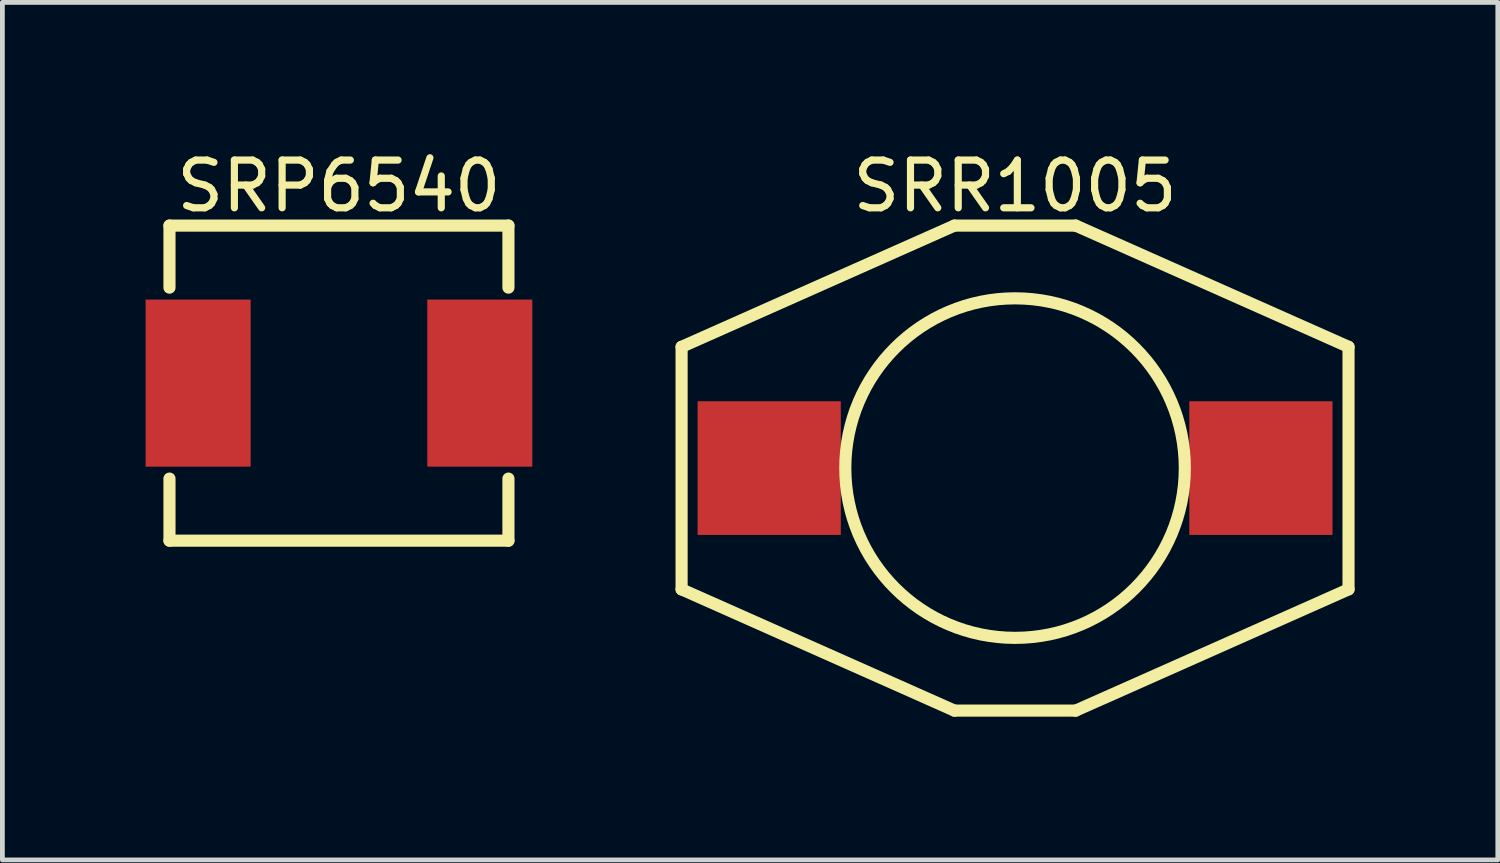
<source format=kicad_pcb>
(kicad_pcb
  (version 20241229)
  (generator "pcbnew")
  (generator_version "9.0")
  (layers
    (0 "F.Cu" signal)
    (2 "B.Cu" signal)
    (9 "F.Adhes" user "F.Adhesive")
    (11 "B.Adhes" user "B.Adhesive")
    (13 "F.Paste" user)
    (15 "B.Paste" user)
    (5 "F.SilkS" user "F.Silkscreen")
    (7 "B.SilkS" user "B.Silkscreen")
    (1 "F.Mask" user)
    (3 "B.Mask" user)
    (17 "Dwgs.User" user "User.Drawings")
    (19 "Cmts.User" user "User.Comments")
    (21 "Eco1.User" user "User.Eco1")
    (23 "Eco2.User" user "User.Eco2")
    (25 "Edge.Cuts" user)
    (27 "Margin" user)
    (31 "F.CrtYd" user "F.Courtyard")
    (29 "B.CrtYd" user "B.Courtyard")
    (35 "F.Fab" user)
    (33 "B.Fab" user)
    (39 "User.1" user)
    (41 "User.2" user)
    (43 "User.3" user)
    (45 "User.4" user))
  (footprint "SRP6540"
    (layer "F.Cu")
    (at 4.05 4.975)
    (property "Reference" "SRP6540" (at 0 -4.127 0) (layer "F.SilkS") (effects (font (size 1 1) (thickness 0.15))))
    (fp_line (start -3.55 -3.3) (end 3.55 -3.3) (stroke (width 0.254) (type solid)) (layer "F.SilkS"))
    (fp_line (start -3.55 -2) (end -3.55 -3.3) (stroke (width 0.254) (type solid)) (layer "F.SilkS"))
    (fp_line (start -3.55 3.3) (end -3.55 2) (stroke (width 0.254) (type solid)) (layer "F.SilkS"))
    (fp_line (start -3.55 3.3) (end 3.55 3.3) (stroke (width 0.254) (type solid)) (layer "F.SilkS"))
    (fp_line (start 3.55 -2) (end 3.55 -3.3) (stroke (width 0.254) (type solid)) (layer "F.SilkS"))
    (fp_line (start 3.55 3.3) (end 3.55 2) (stroke (width 0.254) (type solid)) (layer "F.SilkS"))
    (pad "1" smd rect (at -2.95 0) (size 2.2 3.5) (layers "F.Cu" "F.Mask" "F.Paste"))
    (pad "2" smd rect (at 2.95 0) (size 2.2 3.5) (layers "F.Cu" "F.Mask" "F.Paste")))
  (footprint "SRR1005"
    (layer "F.Cu")
    (at 18.212 6.882)
    (property "Reference" "SRR1005" (at 0 -6.034 0) (layer "F.SilkS") (effects (font (size 1 1) (thickness 0.15))))
    (fp_line (start -6.985 -2.667) (end -1.27 -5.207) (stroke (width 0.254) (type solid)) (layer "F.SilkS"))
    (fp_line (start -6.985 2.413) (end -6.985 -2.667) (stroke (width 0.254) (type solid)) (layer "F.SilkS"))
    (fp_line (start -6.985 2.413) (end -1.27 4.953) (stroke (width 0.254) (type solid)) (layer "F.SilkS"))
    (fp_line (start -1.27 -5.207) (end 1.27 -5.207) (stroke (width 0.254) (type solid)) (layer "F.SilkS"))
    (fp_line (start -1.27 4.953) (end 1.27 4.953) (stroke (width 0.254) (type solid)) (layer "F.SilkS"))
    (fp_line (start 1.27 -5.207) (end 6.985 -2.667) (stroke (width 0.254) (type solid)) (layer "F.SilkS"))
    (fp_line (start 1.27 4.953) (end 6.985 2.413) (stroke (width 0.254) (type solid)) (layer "F.SilkS"))
    (fp_line (start 6.985 2.413) (end 6.985 -2.667) (stroke (width 0.254) (type solid)) (layer "F.SilkS"))
    (fp_circle (center 0 -0.127) (end 0 -3.683) (stroke (width 0.254) (type solid)) (fill no) (layer "F.SilkS"))
    (pad "1" smd rect (at -5.15 -0.127) (size 3 2.8) (layers "F.Cu" "F.Mask" "F.Paste"))
    (pad "2" smd rect (at 5.15 -0.127) (size 3 2.8) (layers "F.Cu" "F.Mask" "F.Paste")))
  (gr_rect
    (start -3 -3)
    (end 28.324 14.962)
    (stroke (width 0.1) (type default))
    (fill no)
    (layer "Edge.Cuts")))
</source>
